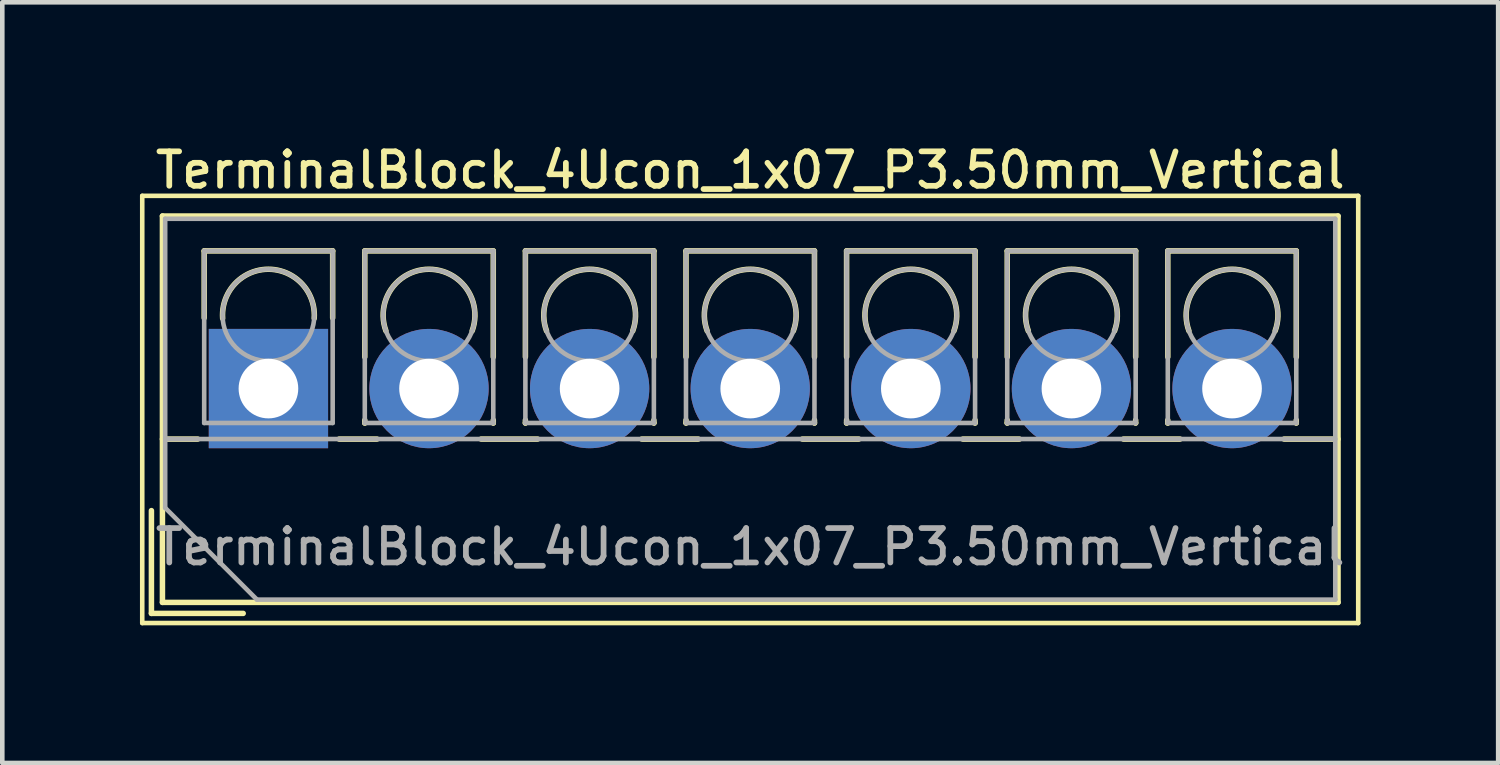
<source format=kicad_pcb>
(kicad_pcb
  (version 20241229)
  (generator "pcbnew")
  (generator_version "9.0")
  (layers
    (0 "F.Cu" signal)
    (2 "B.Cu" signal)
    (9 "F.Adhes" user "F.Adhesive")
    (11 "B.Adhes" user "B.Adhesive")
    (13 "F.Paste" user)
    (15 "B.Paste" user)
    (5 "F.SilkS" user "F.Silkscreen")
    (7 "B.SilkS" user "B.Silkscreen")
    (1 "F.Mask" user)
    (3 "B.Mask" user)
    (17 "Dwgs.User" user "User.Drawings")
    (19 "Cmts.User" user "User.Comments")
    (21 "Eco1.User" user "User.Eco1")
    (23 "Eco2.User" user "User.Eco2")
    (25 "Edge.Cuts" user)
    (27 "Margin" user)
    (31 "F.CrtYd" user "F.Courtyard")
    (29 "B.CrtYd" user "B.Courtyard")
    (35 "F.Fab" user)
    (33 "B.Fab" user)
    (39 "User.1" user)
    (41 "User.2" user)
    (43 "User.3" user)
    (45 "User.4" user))
  (footprint "TerminalBlock_4Ucon_1x07_P3.50mm_Vertical"
    (layer "F.Cu")
    (at 2.8 5.418)
    (property "Reference" "TerminalBlock_4Ucon_1x07_P3.50mm_Vertical" (at 10.5 -4.76 0) (layer "F.SilkS") (effects (font (size 0.75 0.75) (thickness 0.125))))
    (attr through_hole)
    (fp_line (start -2.75 -4.2) (end -2.75 5.11) (stroke (width 0.1) (type solid)) (layer "F.SilkS"))
    (fp_line (start -2.75 5.11) (end 23.75 5.11) (stroke (width 0.1) (type solid)) (layer "F.SilkS"))
    (fp_line (start -2.55 2.66) (end -2.55 4.9) (stroke (width 0.12) (type solid)) (layer "F.SilkS"))
    (fp_line (start -2.55 4.9) (end -0.55 4.9) (stroke (width 0.12) (type solid)) (layer "F.SilkS"))
    (fp_line (start -2.31 -3.76) (end -2.31 4.66) (stroke (width 0.12) (type solid)) (layer "F.SilkS"))
    (fp_line (start -2.31 -3.76) (end 23.31 -3.76) (stroke (width 0.12) (type solid)) (layer "F.SilkS"))
    (fp_line (start -2.31 1.101) (end -1.54 1.101) (stroke (width 0.12) (type solid)) (layer "F.SilkS"))
    (fp_line (start -2.31 4.66) (end 23.31 4.66) (stroke (width 0.12) (type solid)) (layer "F.SilkS"))
    (fp_line (start -1.4 -3) (end -1.4 -1.54) (stroke (width 0.12) (type solid)) (layer "F.SilkS"))
    (fp_line (start -1.4 -3) (end 1.4 -3) (stroke (width 0.12) (type solid)) (layer "F.SilkS"))
    (fp_line (start 1.4 -3) (end 1.4 -1.54) (stroke (width 0.12) (type solid)) (layer "F.SilkS"))
    (fp_line (start 1.54 1.101) (end 2.367 1.101) (stroke (width 0.12) (type solid)) (layer "F.SilkS"))
    (fp_line (start 2.1 -3) (end 2.1 -0.689) (stroke (width 0.12) (type solid)) (layer "F.SilkS"))
    (fp_line (start 2.1 -3) (end 4.9 -3) (stroke (width 0.12) (type solid)) (layer "F.SilkS"))
    (fp_line (start 2.1 0.689) (end 2.1 0.75) (stroke (width 0.12) (type solid)) (layer "F.SilkS"))
    (fp_line (start 2.1 0.75) (end 2.101 0.75) (stroke (width 0.12) (type solid)) (layer "F.SilkS"))
    (fp_line (start 4.634 1.101) (end 5.867 1.101) (stroke (width 0.12) (type solid)) (layer "F.SilkS"))
    (fp_line (start 4.9 -3) (end 4.9 -0.689) (stroke (width 0.12) (type solid)) (layer "F.SilkS"))
    (fp_line (start 4.9 0.689) (end 4.9 0.75) (stroke (width 0.12) (type solid)) (layer "F.SilkS"))
    (fp_line (start 4.9 0.75) (end 4.9 0.75) (stroke (width 0.12) (type solid)) (layer "F.SilkS"))
    (fp_line (start 5.6 -3) (end 5.6 -0.689) (stroke (width 0.12) (type solid)) (layer "F.SilkS"))
    (fp_line (start 5.6 -3) (end 8.4 -3) (stroke (width 0.12) (type solid)) (layer "F.SilkS"))
    (fp_line (start 5.6 0.689) (end 5.6 0.75) (stroke (width 0.12) (type solid)) (layer "F.SilkS"))
    (fp_line (start 5.6 0.75) (end 5.601 0.75) (stroke (width 0.12) (type solid)) (layer "F.SilkS"))
    (fp_line (start 8.134 1.101) (end 9.367 1.101) (stroke (width 0.12) (type solid)) (layer "F.SilkS"))
    (fp_line (start 8.4 -3) (end 8.4 -0.689) (stroke (width 0.12) (type solid)) (layer "F.SilkS"))
    (fp_line (start 8.4 0.689) (end 8.4 0.75) (stroke (width 0.12) (type solid)) (layer "F.SilkS"))
    (fp_line (start 8.4 0.75) (end 8.4 0.75) (stroke (width 0.12) (type solid)) (layer "F.SilkS"))
    (fp_line (start 9.1 -3) (end 9.1 -0.689) (stroke (width 0.12) (type solid)) (layer "F.SilkS"))
    (fp_line (start 9.1 -3) (end 11.9 -3) (stroke (width 0.12) (type solid)) (layer "F.SilkS"))
    (fp_line (start 9.1 0.689) (end 9.1 0.75) (stroke (width 0.12) (type solid)) (layer "F.SilkS"))
    (fp_line (start 9.1 0.75) (end 9.101 0.75) (stroke (width 0.12) (type solid)) (layer "F.SilkS"))
    (fp_line (start 11.634 1.101) (end 12.867 1.101) (stroke (width 0.12) (type solid)) (layer "F.SilkS"))
    (fp_line (start 11.9 -3) (end 11.9 -0.689) (stroke (width 0.12) (type solid)) (layer "F.SilkS"))
    (fp_line (start 11.9 0.689) (end 11.9 0.75) (stroke (width 0.12) (type solid)) (layer "F.SilkS"))
    (fp_line (start 11.9 0.75) (end 11.9 0.75) (stroke (width 0.12) (type solid)) (layer "F.SilkS"))
    (fp_line (start 12.6 -3) (end 12.6 -0.689) (stroke (width 0.12) (type solid)) (layer "F.SilkS"))
    (fp_line (start 12.6 -3) (end 15.4 -3) (stroke (width 0.12) (type solid)) (layer "F.SilkS"))
    (fp_line (start 12.6 0.689) (end 12.6 0.75) (stroke (width 0.12) (type solid)) (layer "F.SilkS"))
    (fp_line (start 12.6 0.75) (end 12.601 0.75) (stroke (width 0.12) (type solid)) (layer "F.SilkS"))
    (fp_line (start 15.134 1.101) (end 16.367 1.101) (stroke (width 0.12) (type solid)) (layer "F.SilkS"))
    (fp_line (start 15.4 -3) (end 15.4 -0.689) (stroke (width 0.12) (type solid)) (layer "F.SilkS"))
    (fp_line (start 15.4 0.689) (end 15.4 0.75) (stroke (width 0.12) (type solid)) (layer "F.SilkS"))
    (fp_line (start 15.4 0.75) (end 15.4 0.75) (stroke (width 0.12) (type solid)) (layer "F.SilkS"))
    (fp_line (start 16.101 -3) (end 16.101 -0.689) (stroke (width 0.12) (type solid)) (layer "F.SilkS"))
    (fp_line (start 16.101 -3) (end 18.9 -3) (stroke (width 0.12) (type solid)) (layer "F.SilkS"))
    (fp_line (start 16.101 0.689) (end 16.101 0.75) (stroke (width 0.12) (type solid)) (layer "F.SilkS"))
    (fp_line (start 16.101 0.75) (end 16.101 0.75) (stroke (width 0.12) (type solid)) (layer "F.SilkS"))
    (fp_line (start 18.634 1.101) (end 19.867 1.101) (stroke (width 0.12) (type solid)) (layer "F.SilkS"))
    (fp_line (start 18.9 -3) (end 18.9 -0.689) (stroke (width 0.12) (type solid)) (layer "F.SilkS"))
    (fp_line (start 18.9 0.689) (end 18.9 0.75) (stroke (width 0.12) (type solid)) (layer "F.SilkS"))
    (fp_line (start 18.9 0.75) (end 18.9 0.75) (stroke (width 0.12) (type solid)) (layer "F.SilkS"))
    (fp_line (start 19.6 -3) (end 19.6 -0.689) (stroke (width 0.12) (type solid)) (layer "F.SilkS"))
    (fp_line (start 19.6 -3) (end 22.4 -3) (stroke (width 0.12) (type solid)) (layer "F.SilkS"))
    (fp_line (start 19.6 0.689) (end 19.6 0.75) (stroke (width 0.12) (type solid)) (layer "F.SilkS"))
    (fp_line (start 19.6 0.75) (end 19.601 0.75) (stroke (width 0.12) (type solid)) (layer "F.SilkS"))
    (fp_line (start 22.134 1.101) (end 23.31 1.101) (stroke (width 0.12) (type solid)) (layer "F.SilkS"))
    (fp_line (start 22.4 -3) (end 22.4 -0.689) (stroke (width 0.12) (type solid)) (layer "F.SilkS"))
    (fp_line (start 22.4 0.689) (end 22.4 0.75) (stroke (width 0.12) (type solid)) (layer "F.SilkS"))
    (fp_line (start 22.4 0.75) (end 22.4 0.75) (stroke (width 0.12) (type solid)) (layer "F.SilkS"))
    (fp_line (start 23.31 -3.76) (end 23.31 4.66) (stroke (width 0.12) (type solid)) (layer "F.SilkS"))
    (fp_line (start 23.75 -4.2) (end -2.75 -4.2) (stroke (width 0.1) (type solid)) (layer "F.SilkS"))
    (fp_line (start 23.75 5.11) (end 23.75 -4.2) (stroke (width 0.1) (type solid)) (layer "F.SilkS"))
    (fp_arc (start -0.99789 -1.529434) (mid -0.000785 -2.600382) (end 0.998 -1.531) (stroke (width 0.12) (type solid)) (layer "F.SilkS"))
    (fp_arc (start 2.560085 -1.257767) (mid 3.499876 -2.600282) (end 4.44 -1.258) (stroke (width 0.12) (type solid)) (layer "F.SilkS"))
    (fp_arc (start 6.060085 -1.257767) (mid 6.999876 -2.600282) (end 7.94 -1.258) (stroke (width 0.12) (type solid)) (layer "F.SilkS"))
    (fp_arc (start 9.560085 -1.257767) (mid 10.499876 -2.600282) (end 11.44 -1.258) (stroke (width 0.12) (type solid)) (layer "F.SilkS"))
    (fp_arc (start 13.060085 -1.257767) (mid 13.999876 -2.600282) (end 14.94 -1.258) (stroke (width 0.12) (type solid)) (layer "F.SilkS"))
    (fp_arc (start 16.560085 -1.257767) (mid 17.499876 -2.600282) (end 18.44 -1.258) (stroke (width 0.12) (type solid)) (layer "F.SilkS"))
    (fp_arc (start 20.060085 -1.257767) (mid 20.999876 -2.600282) (end 21.94 -1.258) (stroke (width 0.12) (type solid)) (layer "F.SilkS"))
    (fp_line (start -2.25 -3.7) (end 23.25 -3.7) (stroke (width 0.1) (type solid)) (layer "F.Fab"))
    (fp_line (start -2.25 1.1) (end 23.25 1.1) (stroke (width 0.1) (type solid)) (layer "F.Fab"))
    (fp_line (start -2.25 2.6) (end -2.25 -3.7) (stroke (width 0.1) (type solid)) (layer "F.Fab"))
    (fp_line (start -1.4 -3) (end -1.4 0.75) (stroke (width 0.1) (type solid)) (layer "F.Fab"))
    (fp_line (start -1.4 0.75) (end 1.4 0.75) (stroke (width 0.1) (type solid)) (layer "F.Fab"))
    (fp_line (start -0.25 4.6) (end -2.25 2.6) (stroke (width 0.1) (type solid)) (layer "F.Fab"))
    (fp_line (start 1.4 -3) (end -1.4 -3) (stroke (width 0.1) (type solid)) (layer "F.Fab"))
    (fp_line (start 1.4 0.75) (end 1.4 -3) (stroke (width 0.1) (type solid)) (layer "F.Fab"))
    (fp_line (start 2.1 -3) (end 2.1 0.75) (stroke (width 0.1) (type solid)) (layer "F.Fab"))
    (fp_line (start 2.1 0.75) (end 4.9 0.75) (stroke (width 0.1) (type solid)) (layer "F.Fab"))
    (fp_line (start 4.9 -3) (end 2.1 -3) (stroke (width 0.1) (type solid)) (layer "F.Fab"))
    (fp_line (start 4.9 0.75) (end 4.9 -3) (stroke (width 0.1) (type solid)) (layer "F.Fab"))
    (fp_line (start 5.6 -3) (end 5.6 0.75) (stroke (width 0.1) (type solid)) (layer "F.Fab"))
    (fp_line (start 5.6 0.75) (end 8.4 0.75) (stroke (width 0.1) (type solid)) (layer "F.Fab"))
    (fp_line (start 8.4 -3) (end 5.6 -3) (stroke (width 0.1) (type solid)) (layer "F.Fab"))
    (fp_line (start 8.4 0.75) (end 8.4 -3) (stroke (width 0.1) (type solid)) (layer "F.Fab"))
    (fp_line (start 9.1 -3) (end 9.1 0.75) (stroke (width 0.1) (type solid)) (layer "F.Fab"))
    (fp_line (start 9.1 0.75) (end 11.9 0.75) (stroke (width 0.1) (type solid)) (layer "F.Fab"))
    (fp_line (start 11.9 -3) (end 9.1 -3) (stroke (width 0.1) (type solid)) (layer "F.Fab"))
    (fp_line (start 11.9 0.75) (end 11.9 -3) (stroke (width 0.1) (type solid)) (layer "F.Fab"))
    (fp_line (start 12.6 -3) (end 12.6 0.75) (stroke (width 0.1) (type solid)) (layer "F.Fab"))
    (fp_line (start 12.6 0.75) (end 15.4 0.75) (stroke (width 0.1) (type solid)) (layer "F.Fab"))
    (fp_line (start 15.4 -3) (end 12.6 -3) (stroke (width 0.1) (type solid)) (layer "F.Fab"))
    (fp_line (start 15.4 0.75) (end 15.4 -3) (stroke (width 0.1) (type solid)) (layer "F.Fab"))
    (fp_line (start 16.101 -3) (end 16.101 0.75) (stroke (width 0.1) (type solid)) (layer "F.Fab"))
    (fp_line (start 16.101 0.75) (end 18.9 0.75) (stroke (width 0.1) (type solid)) (layer "F.Fab"))
    (fp_line (start 18.9 -3) (end 16.101 -3) (stroke (width 0.1) (type solid)) (layer "F.Fab"))
    (fp_line (start 18.9 0.75) (end 18.9 -3) (stroke (width 0.1) (type solid)) (layer "F.Fab"))
    (fp_line (start 19.6 -3) (end 19.6 0.75) (stroke (width 0.1) (type solid)) (layer "F.Fab"))
    (fp_line (start 19.6 0.75) (end 22.4 0.75) (stroke (width 0.1) (type solid)) (layer "F.Fab"))
    (fp_line (start 22.4 -3) (end 19.6 -3) (stroke (width 0.1) (type solid)) (layer "F.Fab"))
    (fp_line (start 22.4 0.75) (end 22.4 -3) (stroke (width 0.1) (type solid)) (layer "F.Fab"))
    (fp_line (start 23.25 -3.7) (end 23.25 4.6) (stroke (width 0.1) (type solid)) (layer "F.Fab"))
    (fp_line (start 23.25 4.6) (end -0.25 4.6) (stroke (width 0.1) (type solid)) (layer "F.Fab"))
    (fp_circle (center 0 -1.6) (end 1 -1.6) (stroke (width 0.1) (type solid)) (fill no) (layer "F.Fab"))
    (fp_circle (center 3.5 -1.6) (end 4.5 -1.6) (stroke (width 0.1) (type solid)) (fill no) (layer "F.Fab"))
    (fp_circle (center 7 -1.6) (end 8 -1.6) (stroke (width 0.1) (type solid)) (fill no) (layer "F.Fab"))
    (fp_circle (center 10.5 -1.6) (end 11.5 -1.6) (stroke (width 0.1) (type solid)) (fill no) (layer "F.Fab"))
    (fp_circle (center 14 -1.6) (end 15 -1.6) (stroke (width 0.1) (type solid)) (fill no) (layer "F.Fab"))
    (fp_circle (center 17.5 -1.6) (end 18.5 -1.6) (stroke (width 0.1) (type solid)) (fill no) (layer "F.Fab"))
    (fp_circle (center 21 -1.6) (end 22 -1.6) (stroke (width 0.1) (type solid)) (fill no) (layer "F.Fab"))
    (fp_text user "${REFERENCE}" (at 10.5 3.45 0) (layer "F.Fab") (effects (font (size 0.75 0.75) (thickness 0.125))))
    (pad "1" thru_hole rect (at 0 0) (size 2.6 2.6) (drill 1.3) (layers "*.Cu" "*.Mask"))
    (pad "2" thru_hole circle (at 3.5 0) (size 2.6 2.6) (drill 1.3) (layers "*.Cu" "*.Mask"))
    (pad "3" thru_hole circle (at 7 0) (size 2.6 2.6) (drill 1.3) (layers "*.Cu" "*.Mask"))
    (pad "4" thru_hole circle (at 10.5 0) (size 2.6 2.6) (drill 1.3) (layers "*.Cu" "*.Mask"))
    (pad "5" thru_hole circle (at 14 0) (size 2.6 2.6) (drill 1.3) (layers "*.Cu" "*.Mask"))
    (pad "6" thru_hole circle (at 17.5 0) (size 2.6 2.6) (drill 1.3) (layers "*.Cu" "*.Mask"))
    (pad "7" thru_hole circle (at 21 0) (size 2.6 2.6) (drill 1.3) (layers "*.Cu" "*.Mask")))
  (gr_rect
    (start -3 -3)
    (end 29.6 13.578)
    (stroke (width 0.1) (type default))
    (fill no)
    (layer "Edge.Cuts")))
</source>
